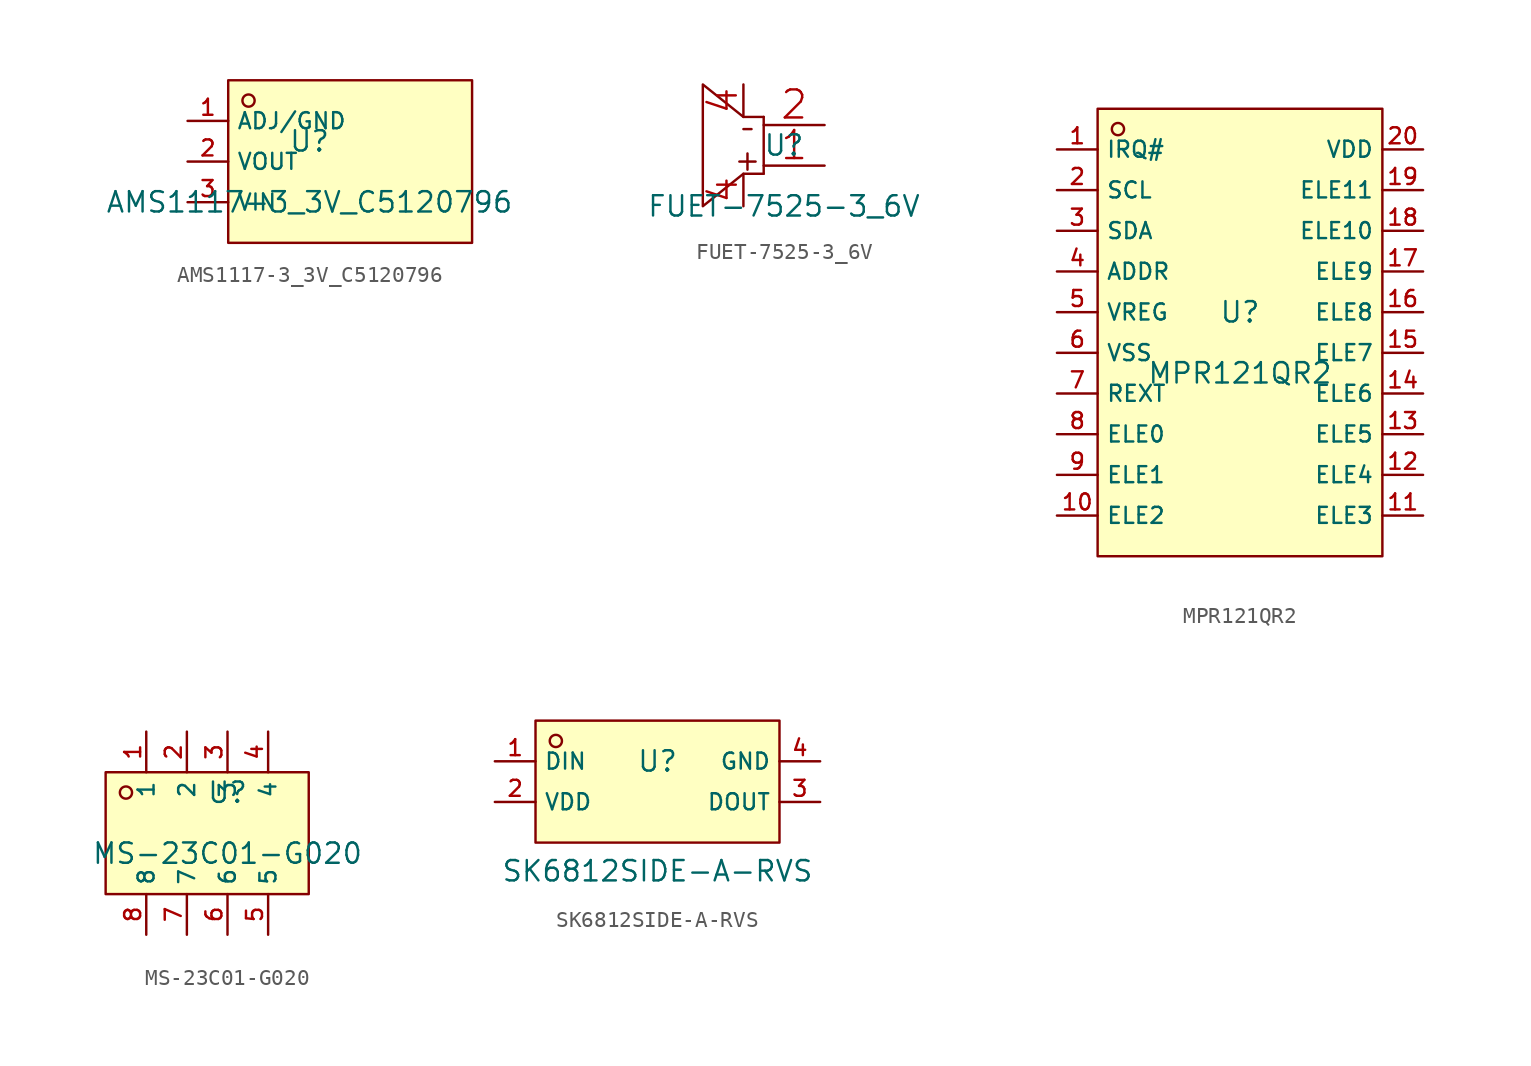
<source format=kicad_sym>
(kicad_symbol_lib
  (version 20231120)
  (generator "kicad_symbol_editor")
  (generator_version "8.0")
  (symbol "AMS1117-3_3V_C5120796"
    (property "Reference" "U"
      (at 0 1.27 0)
      (effects (font (size 1.27 1.27))))
    (property "Value" "AMS1117-3_3V_C5120796"
      (at 0 -2.54 0)
      (effects (font (size 1.27 1.27))))
    (symbol "AMS1117-3_3V_C5120796_0_1"
      (pin unspecified line (at -7.62 -2.54 0) (length 2.54) (name "VIN" (effects (font (size 1 1)))) (number "3" (effects (font (size 1 1)))))
      (pin unspecified line (at -7.62 -0.0 0) (length 2.54) (name "VOUT" (effects (font (size 1 1)))) (number "2" (effects (font (size 1 1)))))
      (pin unspecified line (at -7.62 2.54 0) (length 2.54) (name "ADJ/GND" (effects (font (size 1 1)))) (number "1" (effects (font (size 1 1)))))
      (circle (center -3.81 3.81) (radius 0.381) (stroke (width 0) (type default) (color 0 0 0 0)) (fill (type background)))
      (rectangle (start -5.08 5.08) (end 10.16 -5.08) (stroke (width 0) (type default) (color 0 0 0 0)) (fill (type background)))))
  (symbol "FUET-7525-3_6V"
    (pin_names hide)
    (property "Reference" "U"
      (at 0 1.27 0)
      (effects (font (size 1.27 1.27))))
    (property "Value" "FUET-7525-3_6V"
      (at 0 -2.54 0)
      (effects (font (size 1.27 1.27))))
    (symbol "FUET-7525-3_6V_0_1"
      (pin unspecified line (at -2.54 -2.54 90) (length 2.032) (name "NC" (effects (font (size 1.753 1.753)))) (number "4" (effects (font (size 1.753 1.753)))))
      (pin unspecified line (at -2.54 5.08 270) (length 2.032) (name "NC" (effects (font (size 1.753 1.753)))) (number "4" (effects (font (size 1.753 1.753)))))
      (polyline (pts (xy -2.032 2.286) (xy -2.54 2.286)) (stroke (width 0) (type default) (color 0 0 0 0)) (fill (type none)))
      (polyline (pts (xy -2.286 -0.254) (xy -2.286 0.762)) (stroke (width 0) (type default) (color 0 0 0 0)) (fill (type none)))
      (polyline (pts (xy -1.778 0.254) (xy -2.794 0.254)) (stroke (width 0) (type default) (color 0 0 0 0)) (fill (type none)))
      (polyline (pts (xy -1.27 -0.508) (xy -2.54 -0.508) (xy -5.08 -2.54) (xy -5.08 5.08) (xy -2.54 3.048) (xy -1.27 3.048)) (stroke (width 0) (type default) (color 0 0 0 0)) (fill (type none)))
      (pin unspecified line (at 2.54 2.54 180) (length 3.81) (name "2" (effects (font (size 1.753 1.753)))) (number "2" (effects (font (size 1.753 1.753)))))
      (pin unspecified line (at 2.54 -0.0 180) (length 3.81) (name "1" (effects (font (size 1.753 1.753)))) (number "1" (effects (font (size 1.753 1.753)))))
      (polyline (pts (xy -1.27 -0.508) (xy -1.27 3.048)) (stroke (width 0) (type default) (color 0 0 0 0)) (fill (type none)))))
  (symbol "MPR121QR2"
    (property "Reference" "U"
      (at 0 1.27 0)
      (effects (font (size 1.27 1.27))))
    (property "Value" "MPR121QR2"
      (at 0 -2.54 0)
      (effects (font (size 1.27 1.27))))
    (symbol "MPR121QR2_0_1"
      (rectangle (start -8.89 13.97) (end 8.89 -13.97) (stroke (width 0) (type default) (color 0 0 0 0)) (fill (type background)))
      (circle (center -7.62 12.7) (radius 0.381) (stroke (width 0) (type default) (color 0 0 0 0)) (fill (type background)))
      (pin unspecified line (at -11.43 11.43 0) (length 2.54) (name "IRQ#" (effects (font (size 1 1)))) (number "1" (effects (font (size 1 1)))))
      (pin unspecified line (at -11.43 8.89 0) (length 2.54) (name "SCL" (effects (font (size 1 1)))) (number "2" (effects (font (size 1 1)))))
      (pin unspecified line (at -11.43 6.35 0) (length 2.54) (name "SDA" (effects (font (size 1 1)))) (number "3" (effects (font (size 1 1)))))
      (pin unspecified line (at -11.43 3.81 0) (length 2.54) (name "ADDR" (effects (font (size 1 1)))) (number "4" (effects (font (size 1 1)))))
      (pin unspecified line (at -11.43 1.27 0) (length 2.54) (name "VREG" (effects (font (size 1 1)))) (number "5" (effects (font (size 1 1)))))
      (pin unspecified line (at -11.43 -1.27 0) (length 2.54) (name "VSS" (effects (font (size 1 1)))) (number "6" (effects (font (size 1 1)))))
      (pin unspecified line (at -11.43 -3.81 0) (length 2.54) (name "REXT" (effects (font (size 1 1)))) (number "7" (effects (font (size 1 1)))))
      (pin unspecified line (at -11.43 -6.35 0) (length 2.54) (name "ELE0" (effects (font (size 1 1)))) (number "8" (effects (font (size 1 1)))))
      (pin unspecified line (at -11.43 -8.89 0) (length 2.54) (name "ELE1" (effects (font (size 1 1)))) (number "9" (effects (font (size 1 1)))))
      (pin unspecified line (at -11.43 -11.43 0) (length 2.54) (name "ELE2" (effects (font (size 1 1)))) (number "10" (effects (font (size 1 1)))))
      (pin unspecified line (at 11.43 -11.43 180) (length 2.54) (name "ELE3" (effects (font (size 1 1)))) (number "11" (effects (font (size 1 1)))))
      (pin unspecified line (at 11.43 -8.89 180) (length 2.54) (name "ELE4" (effects (font (size 1 1)))) (number "12" (effects (font (size 1 1)))))
      (pin unspecified line (at 11.43 -6.35 180) (length 2.54) (name "ELE5" (effects (font (size 1 1)))) (number "13" (effects (font (size 1 1)))))
      (pin unspecified line (at 11.43 -3.81 180) (length 2.54) (name "ELE6" (effects (font (size 1 1)))) (number "14" (effects (font (size 1 1)))))
      (pin unspecified line (at 11.43 -1.27 180) (length 2.54) (name "ELE7" (effects (font (size 1 1)))) (number "15" (effects (font (size 1 1)))))
      (pin unspecified line (at 11.43 1.27 180) (length 2.54) (name "ELE8" (effects (font (size 1 1)))) (number "16" (effects (font (size 1 1)))))
      (pin unspecified line (at 11.43 3.81 180) (length 2.54) (name "ELE9" (effects (font (size 1 1)))) (number "17" (effects (font (size 1 1)))))
      (pin unspecified line (at 11.43 6.35 180) (length 2.54) (name "ELE10" (effects (font (size 1 1)))) (number "18" (effects (font (size 1 1)))))
      (pin unspecified line (at 11.43 8.89 180) (length 2.54) (name "ELE11" (effects (font (size 1 1)))) (number "19" (effects (font (size 1 1)))))
      (pin unspecified line (at 11.43 11.43 180) (length 2.54) (name "VDD" (effects (font (size 1 1)))) (number "20" (effects (font (size 1 1)))))))
  (symbol "MS-23C01-G020"
    (property "Reference" "U"
      (at 0 1.27 0)
      (effects (font (size 1.27 1.27))))
    (property "Value" "MS-23C01-G020"
      (at 0 -2.54 0)
      (effects (font (size 1.27 1.27))))
    (symbol "MS-23C01-G020_0_1"
      (pin unspecified line (at -5.08 -7.62 90) (length 2.54) (name "8" (effects (font (size 1 1)))) (number "8" (effects (font (size 1 1)))))
      (pin unspecified line (at -2.54 -7.62 90) (length 2.54) (name "7" (effects (font (size 1 1)))) (number "7" (effects (font (size 1 1)))))
      (pin unspecified line (at 0.0 -7.62 90) (length 2.54) (name "6" (effects (font (size 1 1)))) (number "6" (effects (font (size 1 1)))))
      (pin unspecified line (at 2.54 -7.62 90) (length 2.54) (name "5" (effects (font (size 1 1)))) (number "5" (effects (font (size 1 1)))))
      (pin unspecified line (at 2.54 5.08 270) (length 2.54) (name "4" (effects (font (size 1 1)))) (number "4" (effects (font (size 1 1)))))
      (pin unspecified line (at 0.0 5.08 270) (length 2.54) (name "3" (effects (font (size 1 1)))) (number "3" (effects (font (size 1 1)))))
      (pin unspecified line (at -2.54 5.08 270) (length 2.54) (name "2" (effects (font (size 1 1)))) (number "2" (effects (font (size 1 1)))))
      (pin unspecified line (at -5.08 5.08 270) (length 2.54) (name "1" (effects (font (size 1 1)))) (number "1" (effects (font (size 1 1)))))
      (circle (center -6.35 1.27) (radius 0.381) (stroke (width 0) (type default) (color 0 0 0 0)) (fill (type background)))
      (rectangle (start -7.62 2.54) (end 5.08 -5.08) (stroke (width 0) (type default) (color 0 0 0 0)) (fill (type background)))))
  (symbol "SK6812SIDE-A-RVS"
    (property "Reference" "U"
      (at 0 1.27 0)
      (effects (font (size 1.27 1.27))))
    (property "Value" "SK6812SIDE-A-RVS"
      (at 0 -5.588 0)
      (effects (font (size 1.27 1.27))))
    (symbol "SK6812SIDE-A-RVS_0_1"
      (rectangle (start -7.62 3.81) (end 7.62 -3.81) (stroke (width 0) (type default)) (fill (type background)))
      (circle (center -6.35 2.54) (radius 0.381) (stroke (width 0) (type default)) (fill (type background))))
    (symbol "SK6812SIDE-A-RVS_1_1"
      (pin bidirectional line (at -10.16 1.27 0) (length 2.54) (name "DIN" (effects (font (size 1 1)))) (number "1" (effects (font (size 1 1)))))
      (pin power_in line (at -10.16 -1.27 0) (length 2.54) (name "VDD" (effects (font (size 1 1)))) (number "2" (effects (font (size 1 1)))))
      (pin bidirectional line (at 10.16 -1.27 180) (length 2.54) (name "DOUT" (effects (font (size 1 1)))) (number "3" (effects (font (size 1 1)))))
      (pin power_in line (at 10.16 1.27 180) (length 2.54) (name "GND" (effects (font (size 1 1)))) (number "4" (effects (font (size 1 1))))))))
</source>
